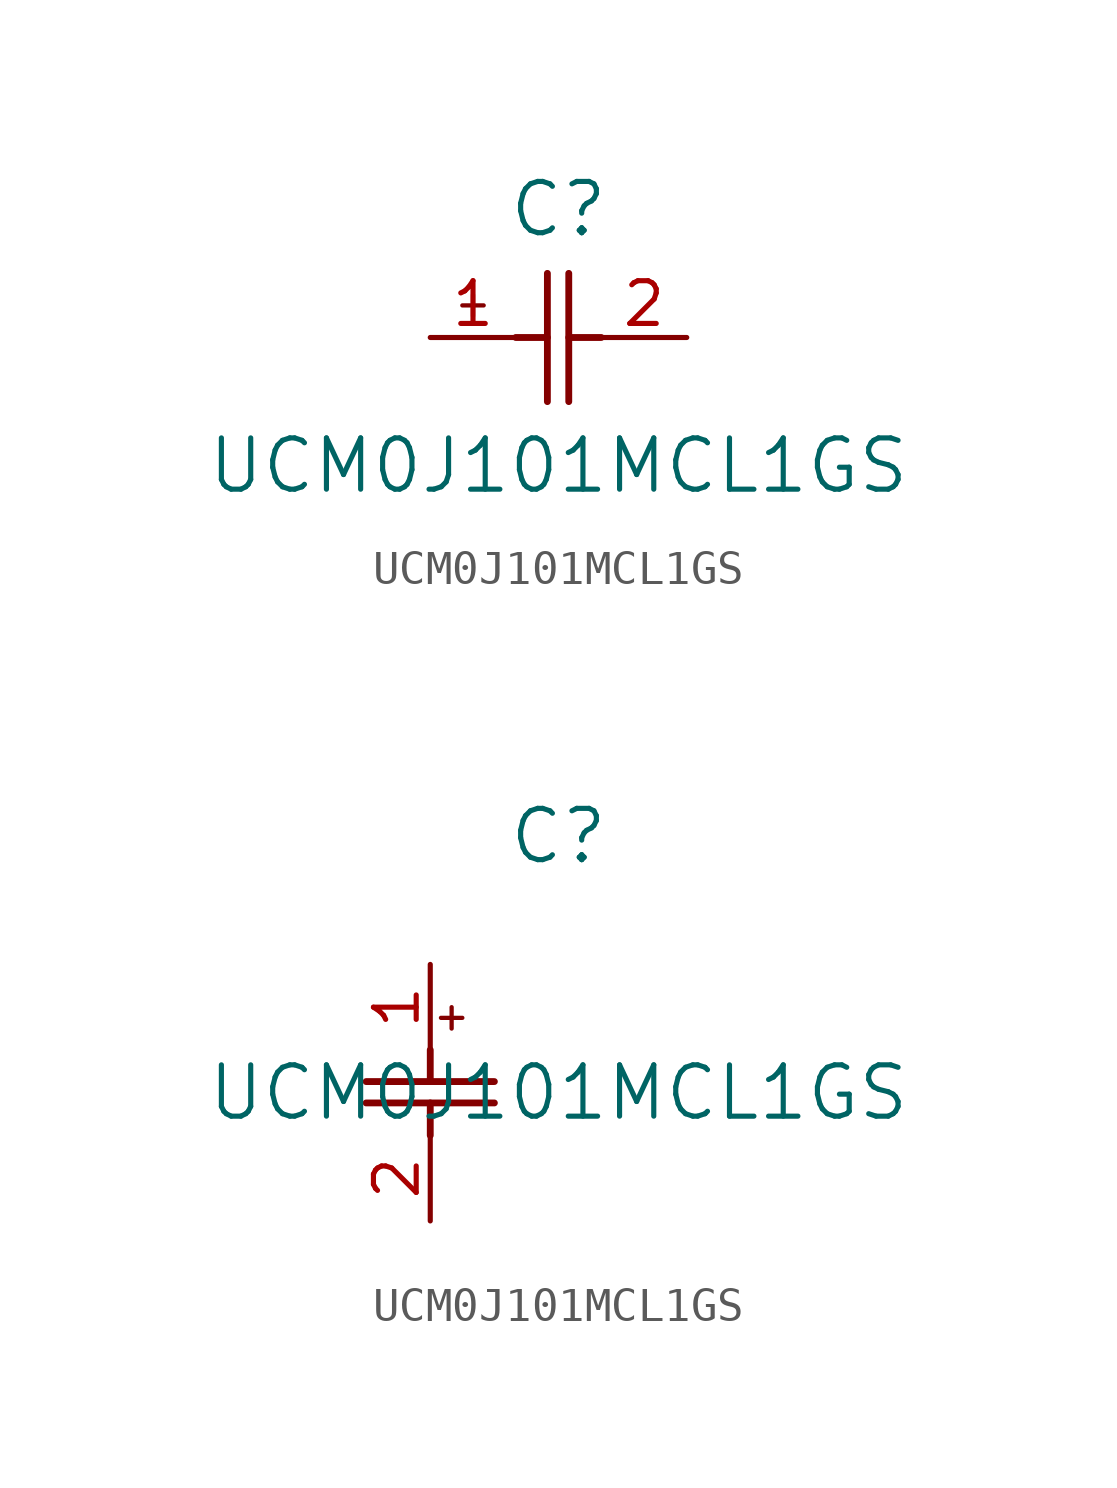
<source format=kicad_sym>
(kicad_symbol_lib
  (version 20211014)
  (generator kicad_symbol_editor)
  (symbol "UCM0J101MCL1GS"
    (pin_names
      (offset 0.254))
    (property "Reference" "C"
      (at 3.81 3.81 0)
      (effects (font (size 1.524 1.524))))
    (property "Value" "UCM0J101MCL1GS"
      (at 3.81 -3.81 0)
      (effects (font (size 1.524 1.524))))
    (symbol "UCM0J101MCL1GS_1_1"
      (polyline (pts (xy 3.48 -1.905) (xy 3.48 1.905)) (stroke (width 0.203) (type default) (color 0 0 0 0)) (fill (type none)))
      (polyline (pts (xy 4.115 -1.905) (xy 4.115 1.905)) (stroke (width 0.203) (type default) (color 0 0 0 0)) (fill (type none)))
      (polyline (pts (xy 4.115 0) (xy 5.08 0)) (stroke (width 0.203) (type default) (color 0 0 0 0)) (fill (type none)))
      (polyline (pts (xy 2.54 0) (xy 3.48 0)) (stroke (width 0.203) (type default) (color 0 0 0 0)) (fill (type none)))
      (polyline (pts (xy 1.27 1.27) (xy 1.27 0.635)) (stroke (width 0.127) (type default) (color 0 0 0 0)) (fill (type none)))
      (polyline (pts (xy 0.953 0.953) (xy 1.587 0.953)) (stroke (width 0.127) (type default) (color 0 0 0 0)) (fill (type none)))
      (pin unspecified line (at 0 0 0) (length 2.54) (name "" (effects (font (size 1.27 1.27)))) (number "1" (effects (font (size 1.27 1.27)))))
      (pin unspecified line (at 7.62 0 180) (length 2.54) (name "" (effects (font (size 1.27 1.27)))) (number "2" (effects (font (size 1.27 1.27))))))
    (symbol "UCM0J101MCL1GS_1_2"
      (polyline (pts (xy -1.905 -3.48) (xy 1.905 -3.48)) (stroke (width 0.203) (type default) (color 0 0 0 0)) (fill (type none)))
      (polyline (pts (xy -1.905 -4.115) (xy 1.905 -4.115)) (stroke (width 0.203) (type default) (color 0 0 0 0)) (fill (type none)))
      (polyline (pts (xy 0 -4.115) (xy 0 -5.08)) (stroke (width 0.203) (type default) (color 0 0 0 0)) (fill (type none)))
      (polyline (pts (xy 0 -2.54) (xy 0 -3.48)) (stroke (width 0.203) (type default) (color 0 0 0 0)) (fill (type none)))
      (polyline (pts (xy 0.635 -1.27) (xy 0.635 -1.905)) (stroke (width 0.127) (type default) (color 0 0 0 0)) (fill (type none)))
      (polyline (pts (xy 0.318 -1.587) (xy 0.953 -1.587)) (stroke (width 0.127) (type default) (color 0 0 0 0)) (fill (type none)))
      (pin unspecified line (at 0 0 270) (length 2.54) (name "" (effects (font (size 1.27 1.27)))) (number "1" (effects (font (size 1.27 1.27)))))
      (pin unspecified line (at 0 -7.62 90) (length 2.54) (name "" (effects (font (size 1.27 1.27)))) (number "2" (effects (font (size 1.27 1.27))))))))
</source>
